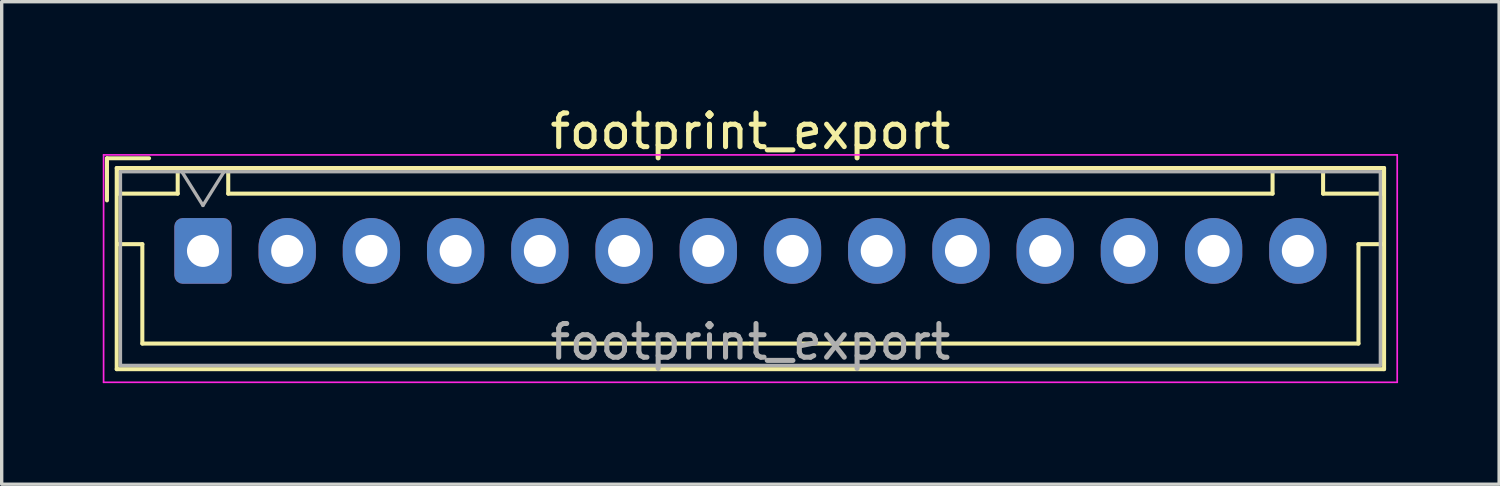
<source format=kicad_pcb>
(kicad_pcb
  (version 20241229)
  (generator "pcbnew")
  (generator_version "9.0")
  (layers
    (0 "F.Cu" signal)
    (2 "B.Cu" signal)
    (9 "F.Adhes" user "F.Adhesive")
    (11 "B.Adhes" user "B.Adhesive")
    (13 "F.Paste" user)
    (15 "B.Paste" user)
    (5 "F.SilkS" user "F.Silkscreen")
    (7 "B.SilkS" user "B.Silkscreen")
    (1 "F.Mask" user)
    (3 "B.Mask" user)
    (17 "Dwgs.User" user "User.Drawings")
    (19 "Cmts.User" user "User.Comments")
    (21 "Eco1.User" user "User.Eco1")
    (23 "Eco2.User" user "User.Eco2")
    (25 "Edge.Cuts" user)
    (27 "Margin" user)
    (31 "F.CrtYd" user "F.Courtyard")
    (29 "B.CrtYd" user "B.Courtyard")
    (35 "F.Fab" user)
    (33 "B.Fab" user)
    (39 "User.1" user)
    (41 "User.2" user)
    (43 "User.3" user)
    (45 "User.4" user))
  (footprint "footprint_export"
    (layer "F.Cu")
    (at 2.975 4.398)
    (property "Reference" "footprint_export" (at 16.25 -3.55 0) (layer "F.SilkS") (effects (font (size 1 1) (thickness 0.15))))
    (attr through_hole)
    (fp_line (start -2.85 -2.75) (end -2.85 -1.5) (stroke (width 0.12) (type solid)) (layer "F.SilkS"))
    (fp_line (start -2.56 -2.46) (end -2.56 3.51) (stroke (width 0.12) (type solid)) (layer "F.SilkS"))
    (fp_line (start -2.56 3.51) (end 35.06 3.51) (stroke (width 0.12) (type solid)) (layer "F.SilkS"))
    (fp_line (start -2.55 -2.45) (end -2.55 -1.7) (stroke (width 0.12) (type solid)) (layer "F.SilkS"))
    (fp_line (start -2.55 -1.7) (end -0.75 -1.7) (stroke (width 0.12) (type solid)) (layer "F.SilkS"))
    (fp_line (start -2.55 -0.2) (end -1.8 -0.2) (stroke (width 0.12) (type solid)) (layer "F.SilkS"))
    (fp_line (start -1.8 -0.2) (end -1.8 2.75) (stroke (width 0.12) (type solid)) (layer "F.SilkS"))
    (fp_line (start -1.8 2.75) (end 16.25 2.75) (stroke (width 0.12) (type solid)) (layer "F.SilkS"))
    (fp_line (start -1.6 -2.75) (end -2.85 -2.75) (stroke (width 0.12) (type solid)) (layer "F.SilkS"))
    (fp_line (start -0.75 -2.45) (end -2.55 -2.45) (stroke (width 0.12) (type solid)) (layer "F.SilkS"))
    (fp_line (start -0.75 -1.7) (end -0.75 -2.45) (stroke (width 0.12) (type solid)) (layer "F.SilkS"))
    (fp_line (start 0.75 -2.45) (end 0.75 -1.7) (stroke (width 0.12) (type solid)) (layer "F.SilkS"))
    (fp_line (start 0.75 -1.7) (end 31.75 -1.7) (stroke (width 0.12) (type solid)) (layer "F.SilkS"))
    (fp_line (start 31.75 -2.45) (end 0.75 -2.45) (stroke (width 0.12) (type solid)) (layer "F.SilkS"))
    (fp_line (start 31.75 -1.7) (end 31.75 -2.45) (stroke (width 0.12) (type solid)) (layer "F.SilkS"))
    (fp_line (start 33.25 -2.45) (end 33.25 -1.7) (stroke (width 0.12) (type solid)) (layer "F.SilkS"))
    (fp_line (start 33.25 -1.7) (end 35.05 -1.7) (stroke (width 0.12) (type solid)) (layer "F.SilkS"))
    (fp_line (start 34.3 -0.2) (end 34.3 2.75) (stroke (width 0.12) (type solid)) (layer "F.SilkS"))
    (fp_line (start 34.3 2.75) (end 16.25 2.75) (stroke (width 0.12) (type solid)) (layer "F.SilkS"))
    (fp_line (start 35.05 -2.45) (end 33.25 -2.45) (stroke (width 0.12) (type solid)) (layer "F.SilkS"))
    (fp_line (start 35.05 -1.7) (end 35.05 -2.45) (stroke (width 0.12) (type solid)) (layer "F.SilkS"))
    (fp_line (start 35.05 -0.2) (end 34.3 -0.2) (stroke (width 0.12) (type solid)) (layer "F.SilkS"))
    (fp_line (start 35.06 -2.46) (end -2.56 -2.46) (stroke (width 0.12) (type solid)) (layer "F.SilkS"))
    (fp_line (start 35.06 3.51) (end 35.06 -2.46) (stroke (width 0.12) (type solid)) (layer "F.SilkS"))
    (fp_line (start -2.95 -2.85) (end -2.95 3.9) (stroke (width 0.05) (type solid)) (layer "F.CrtYd"))
    (fp_line (start -2.95 3.9) (end 35.45 3.9) (stroke (width 0.05) (type solid)) (layer "F.CrtYd"))
    (fp_line (start 35.45 -2.85) (end -2.95 -2.85) (stroke (width 0.05) (type solid)) (layer "F.CrtYd"))
    (fp_line (start 35.45 3.9) (end 35.45 -2.85) (stroke (width 0.05) (type solid)) (layer "F.CrtYd"))
    (fp_line (start -2.45 -2.35) (end -2.45 3.4) (stroke (width 0.1) (type solid)) (layer "F.Fab"))
    (fp_line (start -2.45 3.4) (end 34.95 3.4) (stroke (width 0.1) (type solid)) (layer "F.Fab"))
    (fp_line (start -0.625 -2.35) (end 0 -1.35) (stroke (width 0.1) (type solid)) (layer "F.Fab"))
    (fp_line (start 0 -1.35) (end 0.625 -2.35) (stroke (width 0.1) (type solid)) (layer "F.Fab"))
    (fp_line (start 34.95 -2.35) (end -2.45 -2.35) (stroke (width 0.1) (type solid)) (layer "F.Fab"))
    (fp_line (start 34.95 3.4) (end 34.95 -2.35) (stroke (width 0.1) (type solid)) (layer "F.Fab"))
    (fp_text user "${REFERENCE}" (at 16.25 2.7 0) (layer "F.Fab") (effects (font (size 1 1) (thickness 0.15))))
    (pad "1" thru_hole roundrect (at 0 0) (size 1.7 1.95) (drill 0.95) (layers "*.Cu" "*.Mask") (roundrect_rratio 0.147))
    (pad "2" thru_hole oval (at 2.5 0) (size 1.7 1.95) (drill 0.95) (layers "*.Cu" "*.Mask"))
    (pad "3" thru_hole oval (at 5 0) (size 1.7 1.95) (drill 0.95) (layers "*.Cu" "*.Mask"))
    (pad "4" thru_hole oval (at 7.5 0) (size 1.7 1.95) (drill 0.95) (layers "*.Cu" "*.Mask"))
    (pad "5" thru_hole oval (at 10 0) (size 1.7 1.95) (drill 0.95) (layers "*.Cu" "*.Mask"))
    (pad "6" thru_hole oval (at 12.5 0) (size 1.7 1.95) (drill 0.95) (layers "*.Cu" "*.Mask"))
    (pad "7" thru_hole oval (at 15 0) (size 1.7 1.95) (drill 0.95) (layers "*.Cu" "*.Mask"))
    (pad "8" thru_hole oval (at 17.5 0) (size 1.7 1.95) (drill 0.95) (layers "*.Cu" "*.Mask"))
    (pad "9" thru_hole oval (at 20 0) (size 1.7 1.95) (drill 0.95) (layers "*.Cu" "*.Mask"))
    (pad "10" thru_hole oval (at 22.5 0) (size 1.7 1.95) (drill 0.95) (layers "*.Cu" "*.Mask"))
    (pad "11" thru_hole oval (at 25 0) (size 1.7 1.95) (drill 0.95) (layers "*.Cu" "*.Mask"))
    (pad "12" thru_hole oval (at 27.5 0) (size 1.7 1.95) (drill 0.95) (layers "*.Cu" "*.Mask"))
    (pad "13" thru_hole oval (at 30 0) (size 1.7 1.95) (drill 0.95) (layers "*.Cu" "*.Mask"))
    (pad "14" thru_hole oval (at 32.5 0) (size 1.7 1.95) (drill 0.95) (layers "*.Cu" "*.Mask")))
  (gr_rect
    (start -3 -3)
    (end 41.45 11.323)
    (stroke (width 0.1) (type default))
    (fill no)
    (layer "Edge.Cuts")))
</source>
